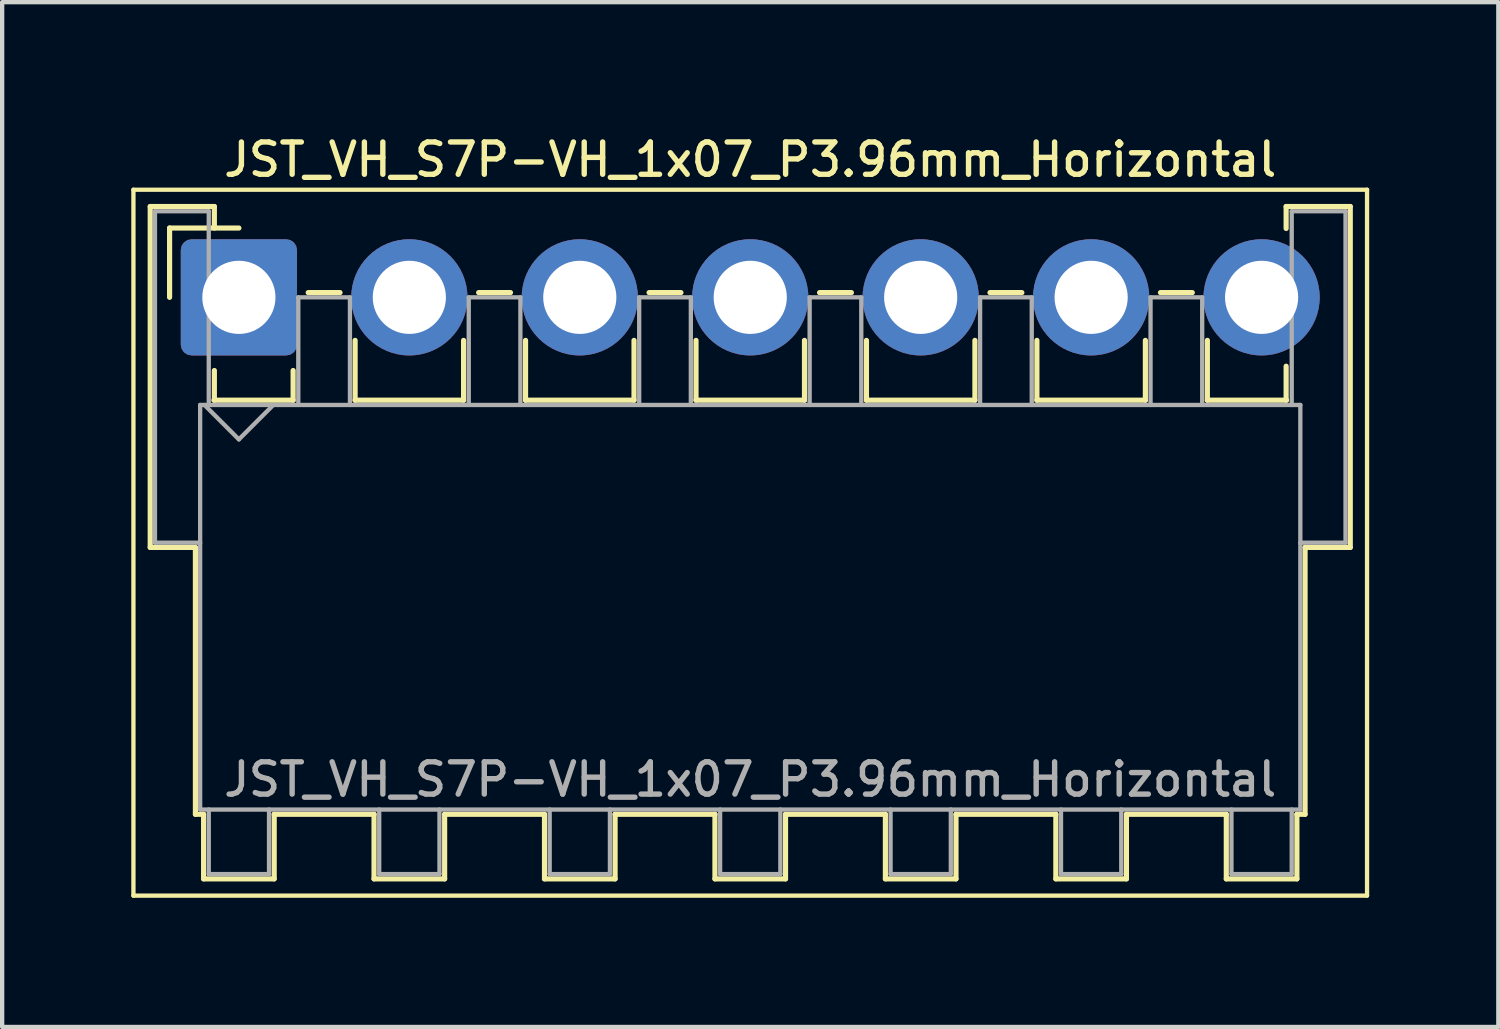
<source format=kicad_pcb>
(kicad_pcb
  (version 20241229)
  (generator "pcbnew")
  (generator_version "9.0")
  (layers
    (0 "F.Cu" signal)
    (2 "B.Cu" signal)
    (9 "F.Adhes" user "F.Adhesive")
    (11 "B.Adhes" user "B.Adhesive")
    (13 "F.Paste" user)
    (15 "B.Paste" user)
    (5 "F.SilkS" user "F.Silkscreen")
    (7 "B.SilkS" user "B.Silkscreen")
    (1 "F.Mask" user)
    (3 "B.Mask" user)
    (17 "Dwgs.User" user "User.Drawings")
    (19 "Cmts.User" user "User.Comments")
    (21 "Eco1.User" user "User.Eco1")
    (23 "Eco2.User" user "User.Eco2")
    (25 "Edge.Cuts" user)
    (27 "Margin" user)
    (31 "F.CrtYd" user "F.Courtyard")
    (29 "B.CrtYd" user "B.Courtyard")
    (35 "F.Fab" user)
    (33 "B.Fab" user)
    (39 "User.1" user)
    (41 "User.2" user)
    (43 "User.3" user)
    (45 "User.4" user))
  (footprint "JST_VH_S7P-VH_1x07_P3.96mm_Horizontal"
    (layer "F.Cu")
    (at 2.5 3.858)
    (property "Reference" "JST_VH_S7P-VH_1x07_P3.96mm_Horizontal" (at 11.88 -3.2 0) (layer "F.SilkS") (effects (font (size 0.75 0.75) (thickness 0.125))))
    (attr through_hole)
    (fp_line (start -2.45 -2.5) (end -2.45 13.9) (stroke (width 0.1) (type solid)) (layer "F.SilkS"))
    (fp_line (start -2.45 13.9) (end 26.21 13.9) (stroke (width 0.1) (type solid)) (layer "F.SilkS"))
    (fp_line (start -2.06 -2.11) (end -0.57 -2.11) (stroke (width 0.12) (type solid)) (layer "F.SilkS"))
    (fp_line (start -2.06 5.81) (end -2.06 -2.11) (stroke (width 0.12) (type solid)) (layer "F.SilkS"))
    (fp_line (start -1.61 -1.61) (end -1.61 0) (stroke (width 0.12) (type solid)) (layer "F.SilkS"))
    (fp_line (start -1.01 5.81) (end -2.06 5.81) (stroke (width 0.12) (type solid)) (layer "F.SilkS"))
    (fp_line (start -1.01 5.81) (end -1.01 12.01) (stroke (width 0.12) (type solid)) (layer "F.SilkS"))
    (fp_line (start -1.01 12.01) (end -0.82 12.01) (stroke (width 0.12) (type solid)) (layer "F.SilkS"))
    (fp_line (start -0.82 12.01) (end -0.82 13.51) (stroke (width 0.12) (type solid)) (layer "F.SilkS"))
    (fp_line (start -0.82 13.51) (end 0.82 13.51) (stroke (width 0.12) (type solid)) (layer "F.SilkS"))
    (fp_line (start -0.58 2.39) (end 1.26 2.39) (stroke (width 0.12) (type solid)) (layer "F.SilkS"))
    (fp_line (start -0.57 -2.11) (end -0.57 -1.61) (stroke (width 0.12) (type solid)) (layer "F.SilkS"))
    (fp_line (start -0.57 1.7) (end -0.57 2.39) (stroke (width 0.12) (type solid)) (layer "F.SilkS"))
    (fp_line (start 0 -1.61) (end -1.61 -1.61) (stroke (width 0.12) (type solid)) (layer "F.SilkS"))
    (fp_line (start 0.82 12.01) (end 3.14 12.01) (stroke (width 0.12) (type solid)) (layer "F.SilkS"))
    (fp_line (start 0.82 13.51) (end 0.82 12.01) (stroke (width 0.12) (type solid)) (layer "F.SilkS"))
    (fp_line (start 1.26 2.39) (end 1.26 1.7) (stroke (width 0.12) (type solid)) (layer "F.SilkS"))
    (fp_line (start 1.61 -0.11) (end 2.35 -0.11) (stroke (width 0.12) (type solid)) (layer "F.SilkS"))
    (fp_line (start 2.7 1) (end 2.7 2.39) (stroke (width 0.12) (type solid)) (layer "F.SilkS"))
    (fp_line (start 2.7 2.39) (end 5.22 2.39) (stroke (width 0.12) (type solid)) (layer "F.SilkS"))
    (fp_line (start 3.14 12.01) (end 3.14 13.51) (stroke (width 0.12) (type solid)) (layer "F.SilkS"))
    (fp_line (start 3.14 13.51) (end 4.78 13.51) (stroke (width 0.12) (type solid)) (layer "F.SilkS"))
    (fp_line (start 4.78 12.01) (end 7.1 12.01) (stroke (width 0.12) (type solid)) (layer "F.SilkS"))
    (fp_line (start 4.78 13.51) (end 4.78 12.01) (stroke (width 0.12) (type solid)) (layer "F.SilkS"))
    (fp_line (start 5.22 2.39) (end 5.22 1) (stroke (width 0.12) (type solid)) (layer "F.SilkS"))
    (fp_line (start 5.57 -0.11) (end 6.31 -0.11) (stroke (width 0.12) (type solid)) (layer "F.SilkS"))
    (fp_line (start 6.66 1) (end 6.66 2.39) (stroke (width 0.12) (type solid)) (layer "F.SilkS"))
    (fp_line (start 6.66 2.39) (end 9.18 2.39) (stroke (width 0.12) (type solid)) (layer "F.SilkS"))
    (fp_line (start 7.1 12.01) (end 7.1 13.51) (stroke (width 0.12) (type solid)) (layer "F.SilkS"))
    (fp_line (start 7.1 13.51) (end 8.74 13.51) (stroke (width 0.12) (type solid)) (layer "F.SilkS"))
    (fp_line (start 8.74 12.01) (end 11.06 12.01) (stroke (width 0.12) (type solid)) (layer "F.SilkS"))
    (fp_line (start 8.74 13.51) (end 8.74 12.01) (stroke (width 0.12) (type solid)) (layer "F.SilkS"))
    (fp_line (start 9.18 2.39) (end 9.18 1) (stroke (width 0.12) (type solid)) (layer "F.SilkS"))
    (fp_line (start 9.53 -0.11) (end 10.27 -0.11) (stroke (width 0.12) (type solid)) (layer "F.SilkS"))
    (fp_line (start 10.62 1) (end 10.62 2.39) (stroke (width 0.12) (type solid)) (layer "F.SilkS"))
    (fp_line (start 10.62 2.39) (end 13.14 2.39) (stroke (width 0.12) (type solid)) (layer "F.SilkS"))
    (fp_line (start 11.06 12.01) (end 11.06 13.51) (stroke (width 0.12) (type solid)) (layer "F.SilkS"))
    (fp_line (start 11.06 13.51) (end 12.7 13.51) (stroke (width 0.12) (type solid)) (layer "F.SilkS"))
    (fp_line (start 12.7 12.01) (end 15.02 12.01) (stroke (width 0.12) (type solid)) (layer "F.SilkS"))
    (fp_line (start 12.7 13.51) (end 12.7 12.01) (stroke (width 0.12) (type solid)) (layer "F.SilkS"))
    (fp_line (start 13.14 2.39) (end 13.14 1) (stroke (width 0.12) (type solid)) (layer "F.SilkS"))
    (fp_line (start 13.49 -0.11) (end 14.23 -0.11) (stroke (width 0.12) (type solid)) (layer "F.SilkS"))
    (fp_line (start 14.58 1) (end 14.58 2.39) (stroke (width 0.12) (type solid)) (layer "F.SilkS"))
    (fp_line (start 14.58 2.39) (end 17.1 2.39) (stroke (width 0.12) (type solid)) (layer "F.SilkS"))
    (fp_line (start 15.02 12.01) (end 15.02 13.51) (stroke (width 0.12) (type solid)) (layer "F.SilkS"))
    (fp_line (start 15.02 13.51) (end 16.66 13.51) (stroke (width 0.12) (type solid)) (layer "F.SilkS"))
    (fp_line (start 16.66 12.01) (end 18.98 12.01) (stroke (width 0.12) (type solid)) (layer "F.SilkS"))
    (fp_line (start 16.66 13.51) (end 16.66 12.01) (stroke (width 0.12) (type solid)) (layer "F.SilkS"))
    (fp_line (start 17.1 2.39) (end 17.1 1) (stroke (width 0.12) (type solid)) (layer "F.SilkS"))
    (fp_line (start 17.45 -0.11) (end 18.19 -0.11) (stroke (width 0.12) (type solid)) (layer "F.SilkS"))
    (fp_line (start 18.54 1) (end 18.54 2.39) (stroke (width 0.12) (type solid)) (layer "F.SilkS"))
    (fp_line (start 18.54 2.39) (end 21.06 2.39) (stroke (width 0.12) (type solid)) (layer "F.SilkS"))
    (fp_line (start 18.98 12.01) (end 18.98 13.51) (stroke (width 0.12) (type solid)) (layer "F.SilkS"))
    (fp_line (start 18.98 13.51) (end 20.62 13.51) (stroke (width 0.12) (type solid)) (layer "F.SilkS"))
    (fp_line (start 20.62 12.01) (end 22.94 12.01) (stroke (width 0.12) (type solid)) (layer "F.SilkS"))
    (fp_line (start 20.62 13.51) (end 20.62 12.01) (stroke (width 0.12) (type solid)) (layer "F.SilkS"))
    (fp_line (start 21.06 2.39) (end 21.06 1) (stroke (width 0.12) (type solid)) (layer "F.SilkS"))
    (fp_line (start 21.41 -0.11) (end 22.15 -0.11) (stroke (width 0.12) (type solid)) (layer "F.SilkS"))
    (fp_line (start 22.5 1) (end 22.5 2.39) (stroke (width 0.12) (type solid)) (layer "F.SilkS"))
    (fp_line (start 22.5 2.39) (end 24.34 2.39) (stroke (width 0.12) (type solid)) (layer "F.SilkS"))
    (fp_line (start 22.94 12.01) (end 22.94 13.51) (stroke (width 0.12) (type solid)) (layer "F.SilkS"))
    (fp_line (start 22.94 13.51) (end 24.58 13.51) (stroke (width 0.12) (type solid)) (layer "F.SilkS"))
    (fp_line (start 24.33 -2.11) (end 25.82 -2.11) (stroke (width 0.12) (type solid)) (layer "F.SilkS"))
    (fp_line (start 24.33 -1.6) (end 24.33 -2.11) (stroke (width 0.12) (type solid)) (layer "F.SilkS"))
    (fp_line (start 24.33 2.39) (end 24.33 1.6) (stroke (width 0.12) (type solid)) (layer "F.SilkS"))
    (fp_line (start 24.58 12.01) (end 24.77 12.01) (stroke (width 0.12) (type solid)) (layer "F.SilkS"))
    (fp_line (start 24.58 13.51) (end 24.58 12.01) (stroke (width 0.12) (type solid)) (layer "F.SilkS"))
    (fp_line (start 24.77 12.01) (end 24.77 5.81) (stroke (width 0.12) (type solid)) (layer "F.SilkS"))
    (fp_line (start 25.82 -2.11) (end 25.82 5.81) (stroke (width 0.12) (type solid)) (layer "F.SilkS"))
    (fp_line (start 25.82 5.81) (end 24.77 5.81) (stroke (width 0.12) (type solid)) (layer "F.SilkS"))
    (fp_line (start 26.21 -2.5) (end -2.45 -2.5) (stroke (width 0.1) (type solid)) (layer "F.SilkS"))
    (fp_line (start 26.21 13.9) (end 26.21 -2.5) (stroke (width 0.1) (type solid)) (layer "F.SilkS"))
    (fp_line (start -1.95 -2) (end -0.7 -2) (stroke (width 0.1) (type solid)) (layer "F.Fab"))
    (fp_line (start -1.95 5.7) (end -1.95 -2) (stroke (width 0.1) (type solid)) (layer "F.Fab"))
    (fp_line (start -0.9 2.5) (end -0.9 11.9) (stroke (width 0.1) (type solid)) (layer "F.Fab"))
    (fp_line (start -0.9 5.7) (end -1.95 5.7) (stroke (width 0.1) (type solid)) (layer "F.Fab"))
    (fp_line (start -0.9 11.9) (end 24.66 11.9) (stroke (width 0.1) (type solid)) (layer "F.Fab"))
    (fp_line (start -0.8 2.5) (end 0 3.3) (stroke (width 0.1) (type solid)) (layer "F.Fab"))
    (fp_line (start -0.7 -2) (end -0.7 2.5) (stroke (width 0.1) (type solid)) (layer "F.Fab"))
    (fp_line (start -0.7 11.9) (end -0.7 13.4) (stroke (width 0.1) (type solid)) (layer "F.Fab"))
    (fp_line (start -0.7 13.4) (end 0.7 13.4) (stroke (width 0.1) (type solid)) (layer "F.Fab"))
    (fp_line (start 0 3.3) (end 0.8 2.5) (stroke (width 0.1) (type solid)) (layer "F.Fab"))
    (fp_line (start 0.7 13.4) (end 0.7 11.9) (stroke (width 0.1) (type solid)) (layer "F.Fab"))
    (fp_line (start 1.38 0) (end 2.58 0) (stroke (width 0.1) (type solid)) (layer "F.Fab"))
    (fp_line (start 1.38 2.5) (end 1.38 0) (stroke (width 0.1) (type solid)) (layer "F.Fab"))
    (fp_line (start 2.58 0) (end 2.58 2.5) (stroke (width 0.1) (type solid)) (layer "F.Fab"))
    (fp_line (start 3.26 11.9) (end 3.26 13.4) (stroke (width 0.1) (type solid)) (layer "F.Fab"))
    (fp_line (start 3.26 13.4) (end 4.66 13.4) (stroke (width 0.1) (type solid)) (layer "F.Fab"))
    (fp_line (start 4.66 13.4) (end 4.66 11.9) (stroke (width 0.1) (type solid)) (layer "F.Fab"))
    (fp_line (start 5.34 0) (end 6.54 0) (stroke (width 0.1) (type solid)) (layer "F.Fab"))
    (fp_line (start 5.34 2.5) (end 5.34 0) (stroke (width 0.1) (type solid)) (layer "F.Fab"))
    (fp_line (start 6.54 0) (end 6.54 2.5) (stroke (width 0.1) (type solid)) (layer "F.Fab"))
    (fp_line (start 7.22 11.9) (end 7.22 13.4) (stroke (width 0.1) (type solid)) (layer "F.Fab"))
    (fp_line (start 7.22 13.4) (end 8.62 13.4) (stroke (width 0.1) (type solid)) (layer "F.Fab"))
    (fp_line (start 8.62 13.4) (end 8.62 11.9) (stroke (width 0.1) (type solid)) (layer "F.Fab"))
    (fp_line (start 9.3 0) (end 10.5 0) (stroke (width 0.1) (type solid)) (layer "F.Fab"))
    (fp_line (start 9.3 2.5) (end 9.3 0) (stroke (width 0.1) (type solid)) (layer "F.Fab"))
    (fp_line (start 10.5 0) (end 10.5 2.5) (stroke (width 0.1) (type solid)) (layer "F.Fab"))
    (fp_line (start 11.18 11.9) (end 11.18 13.4) (stroke (width 0.1) (type solid)) (layer "F.Fab"))
    (fp_line (start 11.18 13.4) (end 12.58 13.4) (stroke (width 0.1) (type solid)) (layer "F.Fab"))
    (fp_line (start 12.58 13.4) (end 12.58 11.9) (stroke (width 0.1) (type solid)) (layer "F.Fab"))
    (fp_line (start 13.26 0) (end 14.46 0) (stroke (width 0.1) (type solid)) (layer "F.Fab"))
    (fp_line (start 13.26 2.5) (end 13.26 0) (stroke (width 0.1) (type solid)) (layer "F.Fab"))
    (fp_line (start 14.46 0) (end 14.46 2.5) (stroke (width 0.1) (type solid)) (layer "F.Fab"))
    (fp_line (start 15.14 11.9) (end 15.14 13.4) (stroke (width 0.1) (type solid)) (layer "F.Fab"))
    (fp_line (start 15.14 13.4) (end 16.54 13.4) (stroke (width 0.1) (type solid)) (layer "F.Fab"))
    (fp_line (start 16.54 13.4) (end 16.54 11.9) (stroke (width 0.1) (type solid)) (layer "F.Fab"))
    (fp_line (start 17.22 0) (end 18.42 0) (stroke (width 0.1) (type solid)) (layer "F.Fab"))
    (fp_line (start 17.22 2.5) (end 17.22 0) (stroke (width 0.1) (type solid)) (layer "F.Fab"))
    (fp_line (start 18.42 0) (end 18.42 2.5) (stroke (width 0.1) (type solid)) (layer "F.Fab"))
    (fp_line (start 19.1 11.9) (end 19.1 13.4) (stroke (width 0.1) (type solid)) (layer "F.Fab"))
    (fp_line (start 19.1 13.4) (end 20.5 13.4) (stroke (width 0.1) (type solid)) (layer "F.Fab"))
    (fp_line (start 20.5 13.4) (end 20.5 11.9) (stroke (width 0.1) (type solid)) (layer "F.Fab"))
    (fp_line (start 21.18 0) (end 22.38 0) (stroke (width 0.1) (type solid)) (layer "F.Fab"))
    (fp_line (start 21.18 2.5) (end 21.18 0) (stroke (width 0.1) (type solid)) (layer "F.Fab"))
    (fp_line (start 22.38 0) (end 22.38 2.5) (stroke (width 0.1) (type solid)) (layer "F.Fab"))
    (fp_line (start 23.06 11.9) (end 23.06 13.4) (stroke (width 0.1) (type solid)) (layer "F.Fab"))
    (fp_line (start 23.06 13.4) (end 24.46 13.4) (stroke (width 0.1) (type solid)) (layer "F.Fab"))
    (fp_line (start 24.46 -2) (end 25.71 -2) (stroke (width 0.1) (type solid)) (layer "F.Fab"))
    (fp_line (start 24.46 2.5) (end 24.46 -2) (stroke (width 0.1) (type solid)) (layer "F.Fab"))
    (fp_line (start 24.46 13.4) (end 24.46 11.9) (stroke (width 0.1) (type solid)) (layer "F.Fab"))
    (fp_line (start 24.66 2.5) (end -0.9 2.5) (stroke (width 0.1) (type solid)) (layer "F.Fab"))
    (fp_line (start 24.66 11.9) (end 24.66 2.5) (stroke (width 0.1) (type solid)) (layer "F.Fab"))
    (fp_line (start 25.71 -2) (end 25.71 5.7) (stroke (width 0.1) (type solid)) (layer "F.Fab"))
    (fp_line (start 25.71 5.7) (end 24.66 5.7) (stroke (width 0.1) (type solid)) (layer "F.Fab"))
    (fp_text user "${REFERENCE}" (at 11.88 11.2 0) (layer "F.Fab") (effects (font (size 0.75 0.75) (thickness 0.125))))
    (pad "1" thru_hole roundrect (at 0 0) (size 2.7 2.7) (drill 1.7) (layers "*.Cu" "*.Mask") (roundrect_rratio 0.093))
    (pad "2" thru_hole circle (at 3.96 0) (size 2.7 2.7) (drill 1.7) (layers "*.Cu" "*.Mask"))
    (pad "3" thru_hole circle (at 7.92 0) (size 2.7 2.7) (drill 1.7) (layers "*.Cu" "*.Mask"))
    (pad "4" thru_hole circle (at 11.88 0) (size 2.7 2.7) (drill 1.7) (layers "*.Cu" "*.Mask"))
    (pad "5" thru_hole circle (at 15.84 0) (size 2.7 2.7) (drill 1.7) (layers "*.Cu" "*.Mask"))
    (pad "6" thru_hole circle (at 19.8 0) (size 2.7 2.7) (drill 1.7) (layers "*.Cu" "*.Mask"))
    (pad "7" thru_hole circle (at 23.76 0) (size 2.7 2.7) (drill 1.7) (layers "*.Cu" "*.Mask")))
  (gr_rect
    (start -3 -3)
    (end 31.76 20.808)
    (stroke (width 0.1) (type default))
    (fill no)
    (layer "Edge.Cuts")))
</source>
